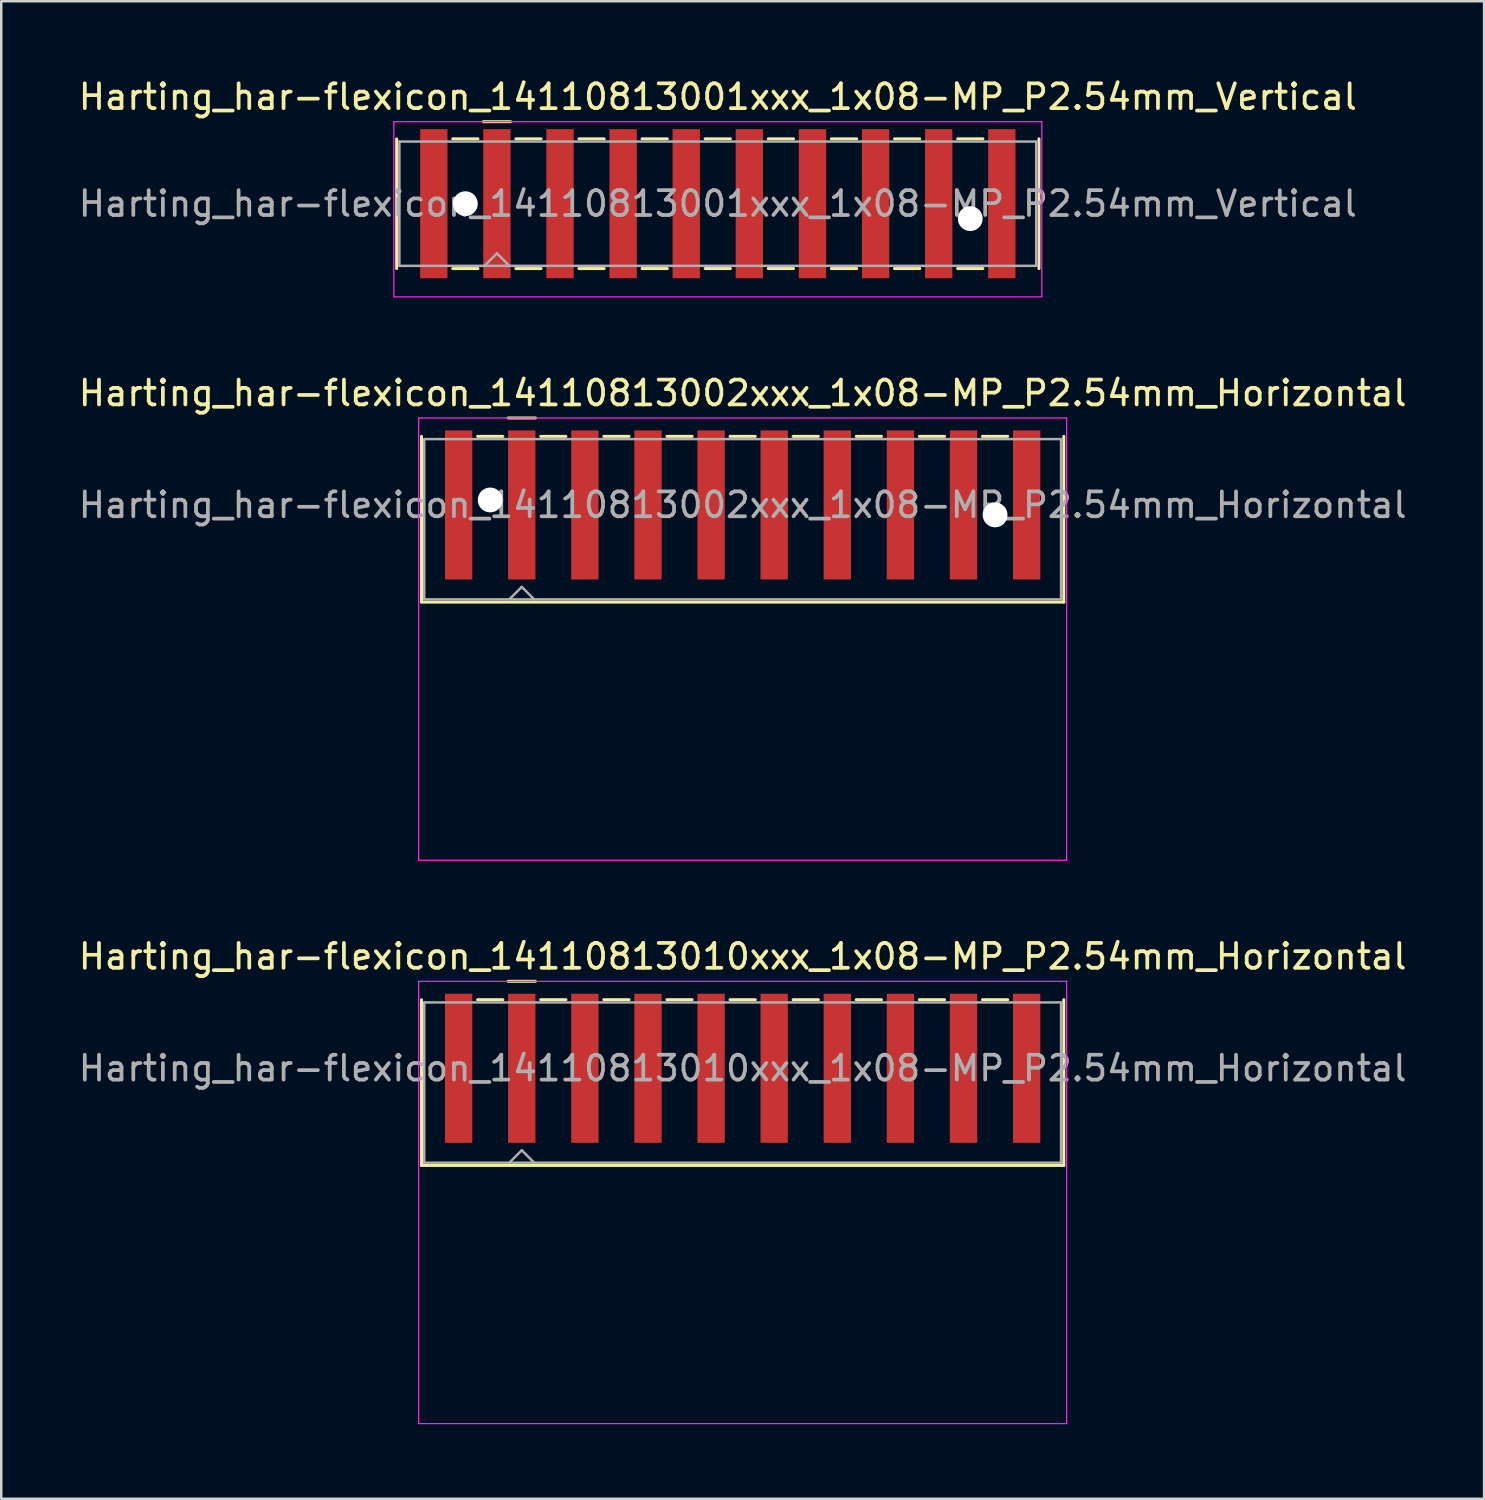
<source format=kicad_pcb>
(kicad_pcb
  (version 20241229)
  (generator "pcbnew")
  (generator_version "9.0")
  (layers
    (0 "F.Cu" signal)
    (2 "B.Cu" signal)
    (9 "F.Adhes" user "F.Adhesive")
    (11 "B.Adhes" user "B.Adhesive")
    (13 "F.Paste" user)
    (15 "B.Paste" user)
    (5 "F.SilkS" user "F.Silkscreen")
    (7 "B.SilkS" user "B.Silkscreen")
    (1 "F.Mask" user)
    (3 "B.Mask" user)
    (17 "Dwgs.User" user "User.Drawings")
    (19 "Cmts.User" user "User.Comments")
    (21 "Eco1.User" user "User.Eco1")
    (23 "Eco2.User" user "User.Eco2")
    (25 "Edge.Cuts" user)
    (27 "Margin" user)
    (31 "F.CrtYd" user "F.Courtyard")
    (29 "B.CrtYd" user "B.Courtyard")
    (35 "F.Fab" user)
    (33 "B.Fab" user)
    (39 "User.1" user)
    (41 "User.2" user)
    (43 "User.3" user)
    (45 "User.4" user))
  (footprint "Harting_har-flexicon_14110813010xxx_1x08-MP_P2.54mm_Horizontal"
    (layer "F.Cu")
    (at 26.839 41.245)
    (property "Reference" "Harting_har-flexicon_14110813010xxx_1x08-MP_P2.54mm_Horizontal" (at 0 -5.8 0) (layer "F.SilkS") (effects (font (size 1 1) (thickness 0.15))))
    (attr smd)
    (fp_line (start -12.925 -4.06) (end -12.925 2.61) (stroke (width 0.12) (type solid)) (layer "F.SilkS"))
    (fp_line (start -10.668 -4.06) (end -9.652 -4.06) (stroke (width 0.12) (type solid)) (layer "F.SilkS"))
    (fp_line (start -9.44 -4.8) (end -8.34 -4.8) (stroke (width 0.12) (type solid)) (layer "F.SilkS"))
    (fp_line (start -8.128 -4.06) (end -7.112 -4.06) (stroke (width 0.12) (type solid)) (layer "F.SilkS"))
    (fp_line (start -5.588 -4.06) (end -4.572 -4.06) (stroke (width 0.12) (type solid)) (layer "F.SilkS"))
    (fp_line (start -3.048 -4.06) (end -2.032 -4.06) (stroke (width 0.12) (type solid)) (layer "F.SilkS"))
    (fp_line (start -0.508 -4.06) (end 0.508 -4.06) (stroke (width 0.12) (type solid)) (layer "F.SilkS"))
    (fp_line (start 2.032 -4.06) (end 3.048 -4.06) (stroke (width 0.12) (type solid)) (layer "F.SilkS"))
    (fp_line (start 4.572 -4.06) (end 5.588 -4.06) (stroke (width 0.12) (type solid)) (layer "F.SilkS"))
    (fp_line (start 7.112 -4.06) (end 8.128 -4.06) (stroke (width 0.12) (type solid)) (layer "F.SilkS"))
    (fp_line (start 9.652 -4.06) (end 10.668 -4.06) (stroke (width 0.12) (type solid)) (layer "F.SilkS"))
    (fp_line (start 12.925 -4.06) (end 12.925 2.61) (stroke (width 0.12) (type solid)) (layer "F.SilkS"))
    (fp_line (start 12.925 2.61) (end -12.925 2.61) (stroke (width 0.12) (type solid)) (layer "F.SilkS"))
    (fp_line (start -13.04 -4.8) (end -13.04 13) (stroke (width 0.05) (type solid)) (layer "F.CrtYd"))
    (fp_line (start -13.04 13) (end 13.04 13) (stroke (width 0.05) (type solid)) (layer "F.CrtYd"))
    (fp_line (start 13.04 -4.8) (end -13.04 -4.8) (stroke (width 0.05) (type solid)) (layer "F.CrtYd"))
    (fp_line (start 13.04 13) (end 13.04 -4.8) (stroke (width 0.05) (type solid)) (layer "F.CrtYd"))
    (fp_line (start -12.815 -3.95) (end -12.815 2.5) (stroke (width 0.1) (type solid)) (layer "F.Fab"))
    (fp_line (start -12.815 2.5) (end 12.815 2.5) (stroke (width 0.1) (type solid)) (layer "F.Fab"))
    (fp_line (start -9.39 2.5) (end -8.89 2) (stroke (width 0.1) (type solid)) (layer "F.Fab"))
    (fp_line (start -8.89 2) (end -8.39 2.5) (stroke (width 0.1) (type solid)) (layer "F.Fab"))
    (fp_line (start 12.815 -3.95) (end -12.815 -3.95) (stroke (width 0.1) (type solid)) (layer "F.Fab"))
    (fp_line (start 12.815 2.5) (end 12.815 -3.95) (stroke (width 0.1) (type solid)) (layer "F.Fab"))
    (fp_text user "${REFERENCE}" (at 0 -1.3 0) (layer "F.Fab") (effects (font (size 1 1) (thickness 0.15))))
    (pad "1" smd rect (at -8.89 -1.3) (size 1.1 6) (layers "F.Cu" "F.Mask" "F.Paste"))
    (pad "2" smd rect (at -6.35 -1.3) (size 1.1 6) (layers "F.Cu" "F.Mask" "F.Paste"))
    (pad "3" smd rect (at -3.81 -1.3) (size 1.1 6) (layers "F.Cu" "F.Mask" "F.Paste"))
    (pad "4" smd rect (at -1.27 -1.3) (size 1.1 6) (layers "F.Cu" "F.Mask" "F.Paste"))
    (pad "5" smd rect (at 1.27 -1.3) (size 1.1 6) (layers "F.Cu" "F.Mask" "F.Paste"))
    (pad "6" smd rect (at 3.81 -1.3) (size 1.1 6) (layers "F.Cu" "F.Mask" "F.Paste"))
    (pad "7" smd rect (at 6.35 -1.3) (size 1.1 6) (layers "F.Cu" "F.Mask" "F.Paste"))
    (pad "8" smd rect (at 8.89 -1.3) (size 1.1 6) (layers "F.Cu" "F.Mask" "F.Paste"))
    (pad "MP" smd rect (at -11.43 -1.3) (size 1.1 6) (layers "F.Cu" "F.Mask" "F.Paste"))
    (pad "MP" smd rect (at 11.43 -1.3) (size 1.1 6) (layers "F.Cu" "F.Mask" "F.Paste")))
  (footprint "Harting_har-flexicon_14110813002xxx_1x08-MP_P2.54mm_Horizontal"
    (layer "F.Cu")
    (at 26.839 18.572)
    (property "Reference" "Harting_har-flexicon_14110813002xxx_1x08-MP_P2.54mm_Horizontal" (at 0 -5.8 0) (layer "F.SilkS") (effects (font (size 1 1) (thickness 0.15))))
    (attr smd)
    (fp_line (start -12.925 -4.06) (end -12.925 2.61) (stroke (width 0.12) (type solid)) (layer "F.SilkS"))
    (fp_line (start -10.668 -4.06) (end -9.652 -4.06) (stroke (width 0.12) (type solid)) (layer "F.SilkS"))
    (fp_line (start -9.44 -4.8) (end -8.34 -4.8) (stroke (width 0.12) (type solid)) (layer "F.SilkS"))
    (fp_line (start -8.128 -4.06) (end -7.112 -4.06) (stroke (width 0.12) (type solid)) (layer "F.SilkS"))
    (fp_line (start -5.588 -4.06) (end -4.572 -4.06) (stroke (width 0.12) (type solid)) (layer "F.SilkS"))
    (fp_line (start -3.048 -4.06) (end -2.032 -4.06) (stroke (width 0.12) (type solid)) (layer "F.SilkS"))
    (fp_line (start -0.508 -4.06) (end 0.508 -4.06) (stroke (width 0.12) (type solid)) (layer "F.SilkS"))
    (fp_line (start 2.032 -4.06) (end 3.048 -4.06) (stroke (width 0.12) (type solid)) (layer "F.SilkS"))
    (fp_line (start 4.572 -4.06) (end 5.588 -4.06) (stroke (width 0.12) (type solid)) (layer "F.SilkS"))
    (fp_line (start 7.112 -4.06) (end 8.128 -4.06) (stroke (width 0.12) (type solid)) (layer "F.SilkS"))
    (fp_line (start 9.652 -4.06) (end 10.668 -4.06) (stroke (width 0.12) (type solid)) (layer "F.SilkS"))
    (fp_line (start 12.925 -4.06) (end 12.925 2.61) (stroke (width 0.12) (type solid)) (layer "F.SilkS"))
    (fp_line (start 12.925 2.61) (end -12.925 2.61) (stroke (width 0.12) (type solid)) (layer "F.SilkS"))
    (fp_line (start -13.04 -4.8) (end -13.04 13) (stroke (width 0.05) (type solid)) (layer "F.CrtYd"))
    (fp_line (start -13.04 13) (end 13.04 13) (stroke (width 0.05) (type solid)) (layer "F.CrtYd"))
    (fp_line (start 13.04 -4.8) (end -13.04 -4.8) (stroke (width 0.05) (type solid)) (layer "F.CrtYd"))
    (fp_line (start 13.04 13) (end 13.04 -4.8) (stroke (width 0.05) (type solid)) (layer "F.CrtYd"))
    (fp_line (start -12.815 -3.95) (end -12.815 2.5) (stroke (width 0.1) (type solid)) (layer "F.Fab"))
    (fp_line (start -12.815 2.5) (end 12.815 2.5) (stroke (width 0.1) (type solid)) (layer "F.Fab"))
    (fp_line (start -9.39 2.5) (end -8.89 2) (stroke (width 0.1) (type solid)) (layer "F.Fab"))
    (fp_line (start -8.89 2) (end -8.39 2.5) (stroke (width 0.1) (type solid)) (layer "F.Fab"))
    (fp_line (start 12.815 -3.95) (end -12.815 -3.95) (stroke (width 0.1) (type solid)) (layer "F.Fab"))
    (fp_line (start 12.815 2.5) (end 12.815 -3.95) (stroke (width 0.1) (type solid)) (layer "F.Fab"))
    (fp_text user "${REFERENCE}" (at 0 -1.3 0) (layer "F.Fab") (effects (font (size 1 1) (thickness 0.15))))
    (pad "" np_thru_hole circle (at -10.16 -1.5) (size 1 1) (drill 1) (layers "*.Cu" "*.Mask"))
    (pad "" np_thru_hole circle (at 10.16 -0.9) (size 1 1) (drill 1) (layers "*.Cu" "*.Mask"))
    (pad "1" smd rect (at -8.89 -1.3) (size 1.1 6) (layers "F.Cu" "F.Mask" "F.Paste"))
    (pad "2" smd rect (at -6.35 -1.3) (size 1.1 6) (layers "F.Cu" "F.Mask" "F.Paste"))
    (pad "3" smd rect (at -3.81 -1.3) (size 1.1 6) (layers "F.Cu" "F.Mask" "F.Paste"))
    (pad "4" smd rect (at -1.27 -1.3) (size 1.1 6) (layers "F.Cu" "F.Mask" "F.Paste"))
    (pad "5" smd rect (at 1.27 -1.3) (size 1.1 6) (layers "F.Cu" "F.Mask" "F.Paste"))
    (pad "6" smd rect (at 3.81 -1.3) (size 1.1 6) (layers "F.Cu" "F.Mask" "F.Paste"))
    (pad "7" smd rect (at 6.35 -1.3) (size 1.1 6) (layers "F.Cu" "F.Mask" "F.Paste"))
    (pad "8" smd rect (at 8.89 -1.3) (size 1.1 6) (layers "F.Cu" "F.Mask" "F.Paste"))
    (pad "MP" smd rect (at -11.43 -1.3) (size 1.1 6) (layers "F.Cu" "F.Mask" "F.Paste"))
    (pad "MP" smd rect (at 11.43 -1.3) (size 1.1 6) (layers "F.Cu" "F.Mask" "F.Paste")))
  (footprint "Harting_har-flexicon_14110813001xxx_1x08-MP_P2.54mm_Vertical"
    (layer "F.Cu")
    (at 25.839 5.148)
    (property "Reference" "Harting_har-flexicon_14110813001xxx_1x08-MP_P2.54mm_Vertical" (at 0 -4.3 0) (layer "F.SilkS") (effects (font (size 1 1) (thickness 0.15))))
    (attr smd)
    (fp_line (start -12.925 -2.61) (end -12.925 2.61) (stroke (width 0.12) (type solid)) (layer "F.SilkS"))
    (fp_line (start -10.668 -2.61) (end -9.652 -2.61) (stroke (width 0.12) (type solid)) (layer "F.SilkS"))
    (fp_line (start -10.668 2.61) (end -9.652 2.61) (stroke (width 0.12) (type solid)) (layer "F.SilkS"))
    (fp_line (start -9.44 -3.3) (end -8.34 -3.3) (stroke (width 0.12) (type solid)) (layer "F.SilkS"))
    (fp_line (start -8.128 -2.61) (end -7.112 -2.61) (stroke (width 0.12) (type solid)) (layer "F.SilkS"))
    (fp_line (start -8.128 2.61) (end -7.112 2.61) (stroke (width 0.12) (type solid)) (layer "F.SilkS"))
    (fp_line (start -5.588 -2.61) (end -4.572 -2.61) (stroke (width 0.12) (type solid)) (layer "F.SilkS"))
    (fp_line (start -5.588 2.61) (end -4.572 2.61) (stroke (width 0.12) (type solid)) (layer "F.SilkS"))
    (fp_line (start -3.048 -2.61) (end -2.032 -2.61) (stroke (width 0.12) (type solid)) (layer "F.SilkS"))
    (fp_line (start -3.048 2.61) (end -2.032 2.61) (stroke (width 0.12) (type solid)) (layer "F.SilkS"))
    (fp_line (start -0.508 -2.61) (end 0.508 -2.61) (stroke (width 0.12) (type solid)) (layer "F.SilkS"))
    (fp_line (start -0.508 2.61) (end 0.508 2.61) (stroke (width 0.12) (type solid)) (layer "F.SilkS"))
    (fp_line (start 2.032 -2.61) (end 3.048 -2.61) (stroke (width 0.12) (type solid)) (layer "F.SilkS"))
    (fp_line (start 2.032 2.61) (end 3.048 2.61) (stroke (width 0.12) (type solid)) (layer "F.SilkS"))
    (fp_line (start 4.572 -2.61) (end 5.588 -2.61) (stroke (width 0.12) (type solid)) (layer "F.SilkS"))
    (fp_line (start 4.572 2.61) (end 5.588 2.61) (stroke (width 0.12) (type solid)) (layer "F.SilkS"))
    (fp_line (start 7.112 -2.61) (end 8.128 -2.61) (stroke (width 0.12) (type solid)) (layer "F.SilkS"))
    (fp_line (start 7.112 2.61) (end 8.128 2.61) (stroke (width 0.12) (type solid)) (layer "F.SilkS"))
    (fp_line (start 9.652 -2.61) (end 10.668 -2.61) (stroke (width 0.12) (type solid)) (layer "F.SilkS"))
    (fp_line (start 9.652 2.61) (end 10.668 2.61) (stroke (width 0.12) (type solid)) (layer "F.SilkS"))
    (fp_line (start 12.925 -2.61) (end 12.925 2.61) (stroke (width 0.12) (type solid)) (layer "F.SilkS"))
    (fp_line (start -13.04 -3.3) (end -13.04 3.75) (stroke (width 0.05) (type solid)) (layer "F.CrtYd"))
    (fp_line (start -13.04 3.75) (end 13.04 3.75) (stroke (width 0.05) (type solid)) (layer "F.CrtYd"))
    (fp_line (start 13.04 -3.3) (end -13.04 -3.3) (stroke (width 0.05) (type solid)) (layer "F.CrtYd"))
    (fp_line (start 13.04 3.75) (end 13.04 -3.3) (stroke (width 0.05) (type solid)) (layer "F.CrtYd"))
    (fp_line (start -12.815 -2.5) (end -12.815 2.5) (stroke (width 0.1) (type solid)) (layer "F.Fab"))
    (fp_line (start -12.815 2.5) (end 12.815 2.5) (stroke (width 0.1) (type solid)) (layer "F.Fab"))
    (fp_line (start -9.39 2.5) (end -8.89 2) (stroke (width 0.1) (type solid)) (layer "F.Fab"))
    (fp_line (start -8.89 2) (end -8.39 2.5) (stroke (width 0.1) (type solid)) (layer "F.Fab"))
    (fp_line (start 12.815 -2.5) (end -12.815 -2.5) (stroke (width 0.1) (type solid)) (layer "F.Fab"))
    (fp_line (start 12.815 2.5) (end 12.815 -2.5) (stroke (width 0.1) (type solid)) (layer "F.Fab"))
    (fp_text user "${REFERENCE}" (at 0 0 0) (layer "F.Fab") (effects (font (size 1 1) (thickness 0.15))))
    (pad "" np_thru_hole circle (at -10.16 0) (size 1 1) (drill 1) (layers "*.Cu" "*.Mask"))
    (pad "" np_thru_hole circle (at 10.16 0.6) (size 1 1) (drill 1) (layers "*.Cu" "*.Mask"))
    (pad "1" smd rect (at -8.89 0) (size 1.1 6) (layers "F.Cu" "F.Mask" "F.Paste"))
    (pad "2" smd rect (at -6.35 0) (size 1.1 6) (layers "F.Cu" "F.Mask" "F.Paste"))
    (pad "3" smd rect (at -3.81 0) (size 1.1 6) (layers "F.Cu" "F.Mask" "F.Paste"))
    (pad "4" smd rect (at -1.27 0) (size 1.1 6) (layers "F.Cu" "F.Mask" "F.Paste"))
    (pad "5" smd rect (at 1.27 0) (size 1.1 6) (layers "F.Cu" "F.Mask" "F.Paste"))
    (pad "6" smd rect (at 3.81 0) (size 1.1 6) (layers "F.Cu" "F.Mask" "F.Paste"))
    (pad "7" smd rect (at 6.35 0) (size 1.1 6) (layers "F.Cu" "F.Mask" "F.Paste"))
    (pad "8" smd rect (at 8.89 0) (size 1.1 6) (layers "F.Cu" "F.Mask" "F.Paste"))
    (pad "MP" smd rect (at -11.43 0) (size 1.1 6) (layers "F.Cu" "F.Mask" "F.Paste"))
    (pad "MP" smd rect (at 11.43 0) (size 1.1 6) (layers "F.Cu" "F.Mask" "F.Paste")))
  (gr_rect
    (start -3 -3)
    (end 56.679 57.27)
    (stroke (width 0.1) (type default))
    (fill no)
    (layer "Edge.Cuts")))
</source>
